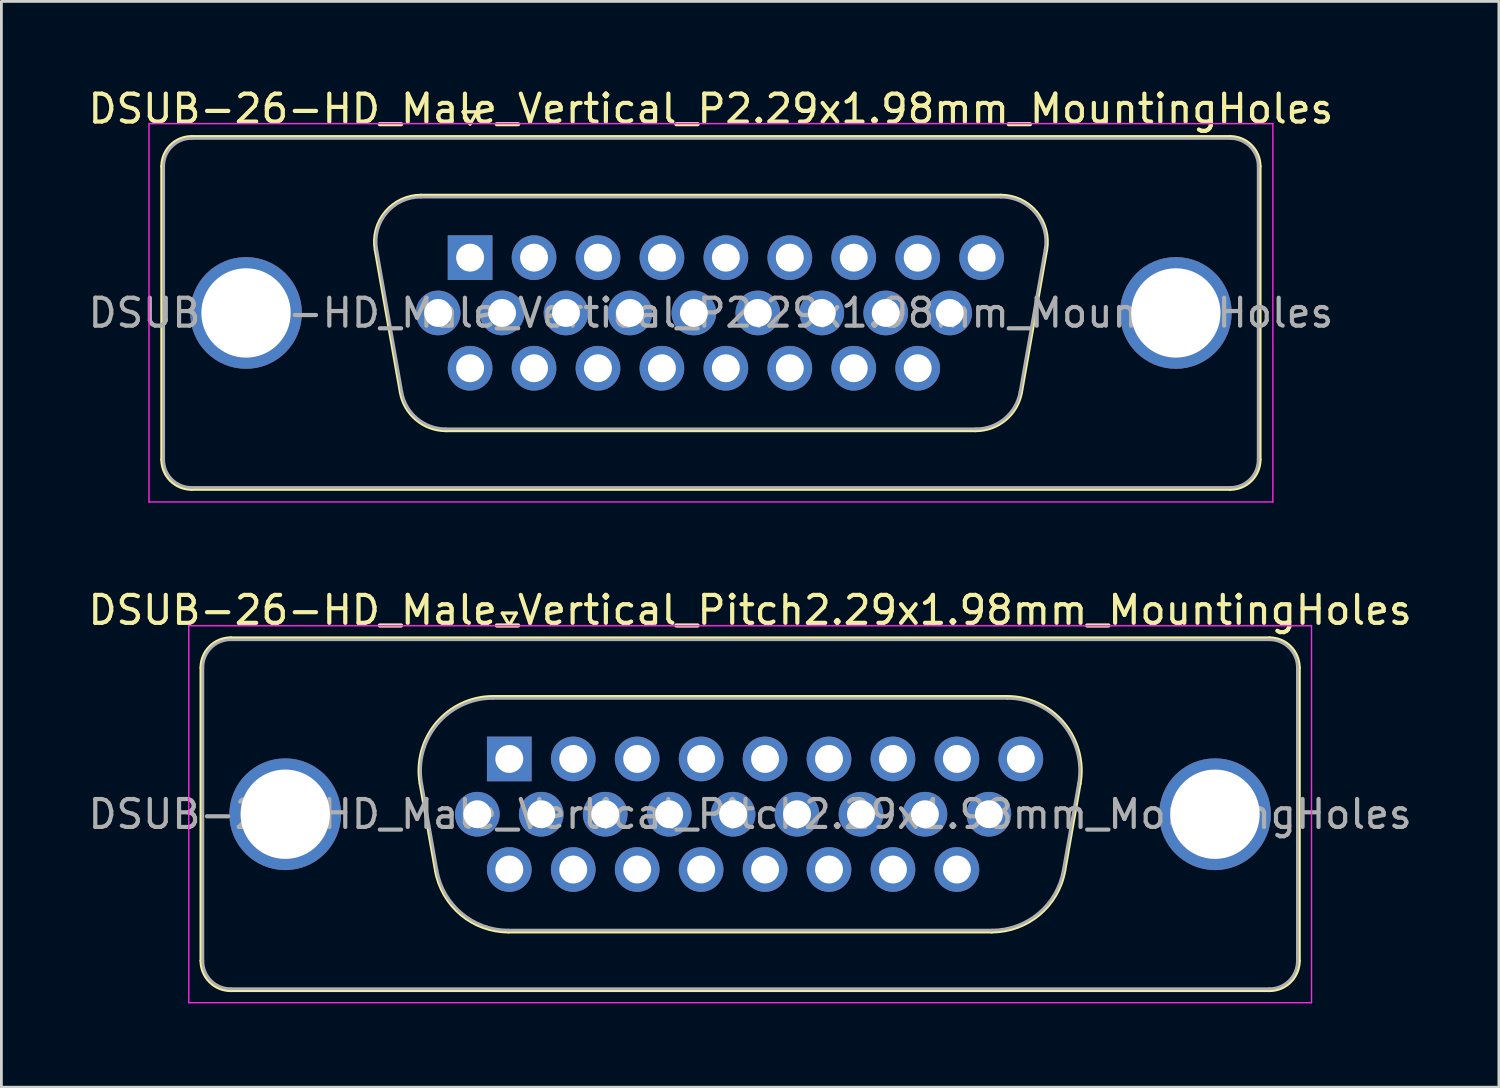
<source format=kicad_pcb>
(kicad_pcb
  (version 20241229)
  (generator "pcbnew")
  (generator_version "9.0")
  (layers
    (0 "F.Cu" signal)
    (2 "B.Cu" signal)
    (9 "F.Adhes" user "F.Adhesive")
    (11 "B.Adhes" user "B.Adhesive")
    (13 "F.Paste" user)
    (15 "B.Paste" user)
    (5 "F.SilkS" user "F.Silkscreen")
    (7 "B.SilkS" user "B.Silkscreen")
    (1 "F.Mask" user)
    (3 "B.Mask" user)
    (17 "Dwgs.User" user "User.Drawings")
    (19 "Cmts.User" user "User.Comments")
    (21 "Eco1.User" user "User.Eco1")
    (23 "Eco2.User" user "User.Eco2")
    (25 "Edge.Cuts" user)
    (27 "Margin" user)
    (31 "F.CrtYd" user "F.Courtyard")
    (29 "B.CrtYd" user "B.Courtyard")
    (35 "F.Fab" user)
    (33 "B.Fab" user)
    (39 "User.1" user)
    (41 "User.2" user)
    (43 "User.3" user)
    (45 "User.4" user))
  (footprint "DSUB-26-HD_Male_Vertical_P2.29x1.98mm_MountingHoles"
    (layer "F.Cu")
    (at 13.786 6.178)
    (property "Reference" "DSUB-26-HD_Male_Vertical_P2.29x1.98mm_MountingHoles" (at 8.625 -5.33 0) (layer "F.SilkS") (effects (font (size 1 1) (thickness 0.15))))
    (attr through_hole)
    (fp_line (start -11.035 7.23) (end -11.035 -3.27) (stroke (width 0.12) (type solid)) (layer "F.SilkS"))
    (fp_line (start -9.975 -4.33) (end 27.225 -4.33) (stroke (width 0.12) (type solid)) (layer "F.SilkS"))
    (fp_line (start -3.391 -0.282) (end -2.492 4.818) (stroke (width 0.12) (type solid)) (layer "F.SilkS"))
    (fp_line (start -1.757 -2.23) (end 19.007 -2.23) (stroke (width 0.12) (type solid)) (layer "F.SilkS"))
    (fp_line (start -0.857 6.19) (end 18.107 6.19) (stroke (width 0.12) (type solid)) (layer "F.SilkS"))
    (fp_line (start -0.25 -5.224) (end 0.25 -5.224) (stroke (width 0.12) (type solid)) (layer "F.SilkS"))
    (fp_line (start 0 -4.791) (end -0.25 -5.224) (stroke (width 0.12) (type solid)) (layer "F.SilkS"))
    (fp_line (start 0.25 -5.224) (end 0 -4.791) (stroke (width 0.12) (type solid)) (layer "F.SilkS"))
    (fp_line (start 20.641 -0.282) (end 19.742 4.818) (stroke (width 0.12) (type solid)) (layer "F.SilkS"))
    (fp_line (start 27.225 8.29) (end -9.975 8.29) (stroke (width 0.12) (type solid)) (layer "F.SilkS"))
    (fp_line (start 28.285 -3.27) (end 28.285 7.23) (stroke (width 0.12) (type solid)) (layer "F.SilkS"))
    (fp_arc (start -11.035 -3.27) (mid -10.724533 -4.019533) (end -9.975 -4.33) (stroke (width 0.12) (type solid)) (layer "F.SilkS"))
    (fp_arc (start -9.975 8.29) (mid -10.724533 7.979533) (end -11.035 7.23) (stroke (width 0.12) (type solid)) (layer "F.SilkS"))
    (fp_arc (start -3.39147 -0.281744) (mid -3.028323 -1.637028) (end -1.756689 -2.23) (stroke (width 0.12) (type solid)) (layer "F.SilkS"))
    (fp_arc (start -0.857421 6.19) (mid -1.924448 5.801634) (end -2.492202 4.818256) (stroke (width 0.12) (type solid)) (layer "F.SilkS"))
    (fp_arc (start 19.006689 -2.23) (mid 20.278323 -1.637027) (end 20.64147 -0.281744) (stroke (width 0.12) (type solid)) (layer "F.SilkS"))
    (fp_arc (start 19.742202 4.818256) (mid 19.174449 5.801634) (end 18.107421 6.19) (stroke (width 0.12) (type solid)) (layer "F.SilkS"))
    (fp_arc (start 27.225 -4.33) (mid 27.974533 -4.019533) (end 28.285 -3.27) (stroke (width 0.12) (type solid)) (layer "F.SilkS"))
    (fp_arc (start 28.285 7.23) (mid 27.974533 7.979533) (end 27.225 8.29) (stroke (width 0.12) (type solid)) (layer "F.SilkS"))
    (fp_line (start -11.5 -4.8) (end -11.5 8.75) (stroke (width 0.05) (type solid)) (layer "F.CrtYd"))
    (fp_line (start -11.5 8.75) (end 28.75 8.75) (stroke (width 0.05) (type solid)) (layer "F.CrtYd"))
    (fp_line (start 28.75 -4.8) (end -11.5 -4.8) (stroke (width 0.05) (type solid)) (layer "F.CrtYd"))
    (fp_line (start 28.75 8.75) (end 28.75 -4.8) (stroke (width 0.05) (type solid)) (layer "F.CrtYd"))
    (fp_line (start -10.975 7.23) (end -10.975 -3.27) (stroke (width 0.1) (type solid)) (layer "F.Fab"))
    (fp_line (start -9.975 -4.27) (end 27.225 -4.27) (stroke (width 0.1) (type solid)) (layer "F.Fab"))
    (fp_line (start -3.344 -0.292) (end -2.445 4.808) (stroke (width 0.1) (type solid)) (layer "F.Fab"))
    (fp_line (start -1.768 -2.17) (end 19.018 -2.17) (stroke (width 0.1) (type solid)) (layer "F.Fab"))
    (fp_line (start -0.869 6.13) (end 18.119 6.13) (stroke (width 0.1) (type solid)) (layer "F.Fab"))
    (fp_line (start 20.594 -0.292) (end 19.695 4.808) (stroke (width 0.1) (type solid)) (layer "F.Fab"))
    (fp_line (start 27.225 8.23) (end -9.975 8.23) (stroke (width 0.1) (type solid)) (layer "F.Fab"))
    (fp_line (start 28.225 -3.27) (end 28.225 7.23) (stroke (width 0.1) (type solid)) (layer "F.Fab"))
    (fp_arc (start -10.975 -3.27) (mid -10.682107 -3.977107) (end -9.975 -4.27) (stroke (width 0.1) (type solid)) (layer "F.Fab"))
    (fp_arc (start -9.975 8.23) (mid -10.682107 7.937107) (end -10.975 7.23) (stroke (width 0.1) (type solid)) (layer "F.Fab"))
    (fp_arc (start -3.343886 -0.292163) (mid -2.993865 -1.59846) (end -1.768194 -2.17) (stroke (width 0.1) (type solid)) (layer "F.Fab"))
    (fp_arc (start -0.868927 6.13) (mid -1.897387 5.755671) (end -2.444619 4.807837) (stroke (width 0.1) (type solid)) (layer "F.Fab"))
    (fp_arc (start 19.018194 -2.17) (mid 20.243865 -1.59846) (end 20.593886 -0.292163) (stroke (width 0.1) (type solid)) (layer "F.Fab"))
    (fp_arc (start 19.694619 4.807837) (mid 19.147387 5.755671) (end 18.118927 6.13) (stroke (width 0.1) (type solid)) (layer "F.Fab"))
    (fp_arc (start 27.225 -4.27) (mid 27.932107 -3.977107) (end 28.225 -3.27) (stroke (width 0.1) (type solid)) (layer "F.Fab"))
    (fp_arc (start 28.225 7.23) (mid 27.932107 7.937107) (end 27.225 8.23) (stroke (width 0.1) (type solid)) (layer "F.Fab"))
    (fp_text user "${REFERENCE}" (at 8.625 1.98 0) (layer "F.Fab") (effects (font (size 1 1) (thickness 0.15))))
    (pad "0" thru_hole circle (at -8.025 1.98) (size 4 4) (drill 3.2) (layers "*.Cu" "*.Mask"))
    (pad "0" thru_hole circle (at 25.275 1.98) (size 4 4) (drill 3.2) (layers "*.Cu" "*.Mask"))
    (pad "1" thru_hole rect (at 0 0) (size 1.6 1.6) (drill 1) (layers "*.Cu" "*.Mask"))
    (pad "2" thru_hole circle (at 2.29 0) (size 1.6 1.6) (drill 1) (layers "*.Cu" "*.Mask"))
    (pad "3" thru_hole circle (at 4.58 0) (size 1.6 1.6) (drill 1) (layers "*.Cu" "*.Mask"))
    (pad "4" thru_hole circle (at 6.87 0) (size 1.6 1.6) (drill 1) (layers "*.Cu" "*.Mask"))
    (pad "5" thru_hole circle (at 9.16 0) (size 1.6 1.6) (drill 1) (layers "*.Cu" "*.Mask"))
    (pad "6" thru_hole circle (at 11.45 0) (size 1.6 1.6) (drill 1) (layers "*.Cu" "*.Mask"))
    (pad "7" thru_hole circle (at 13.74 0) (size 1.6 1.6) (drill 1) (layers "*.Cu" "*.Mask"))
    (pad "8" thru_hole circle (at 16.03 0) (size 1.6 1.6) (drill 1) (layers "*.Cu" "*.Mask"))
    (pad "9" thru_hole circle (at 18.32 0) (size 1.6 1.6) (drill 1) (layers "*.Cu" "*.Mask"))
    (pad "10" thru_hole circle (at -1.145 1.98) (size 1.6 1.6) (drill 1) (layers "*.Cu" "*.Mask"))
    (pad "11" thru_hole circle (at 1.145 1.98) (size 1.6 1.6) (drill 1) (layers "*.Cu" "*.Mask"))
    (pad "12" thru_hole circle (at 3.435 1.98) (size 1.6 1.6) (drill 1) (layers "*.Cu" "*.Mask"))
    (pad "13" thru_hole circle (at 5.725 1.98) (size 1.6 1.6) (drill 1) (layers "*.Cu" "*.Mask"))
    (pad "14" thru_hole circle (at 8.015 1.98) (size 1.6 1.6) (drill 1) (layers "*.Cu" "*.Mask"))
    (pad "15" thru_hole circle (at 10.305 1.98) (size 1.6 1.6) (drill 1) (layers "*.Cu" "*.Mask"))
    (pad "16" thru_hole circle (at 12.595 1.98) (size 1.6 1.6) (drill 1) (layers "*.Cu" "*.Mask"))
    (pad "17" thru_hole circle (at 14.885 1.98) (size 1.6 1.6) (drill 1) (layers "*.Cu" "*.Mask"))
    (pad "18" thru_hole circle (at 17.175 1.98) (size 1.6 1.6) (drill 1) (layers "*.Cu" "*.Mask"))
    (pad "19" thru_hole circle (at 0 3.96) (size 1.6 1.6) (drill 1) (layers "*.Cu" "*.Mask"))
    (pad "20" thru_hole circle (at 2.29 3.96) (size 1.6 1.6) (drill 1) (layers "*.Cu" "*.Mask"))
    (pad "21" thru_hole circle (at 4.58 3.96) (size 1.6 1.6) (drill 1) (layers "*.Cu" "*.Mask"))
    (pad "22" thru_hole circle (at 6.87 3.96) (size 1.6 1.6) (drill 1) (layers "*.Cu" "*.Mask"))
    (pad "23" thru_hole circle (at 9.16 3.96) (size 1.6 1.6) (drill 1) (layers "*.Cu" "*.Mask"))
    (pad "24" thru_hole circle (at 11.45 3.96) (size 1.6 1.6) (drill 1) (layers "*.Cu" "*.Mask"))
    (pad "25" thru_hole circle (at 13.74 3.96) (size 1.6 1.6) (drill 1) (layers "*.Cu" "*.Mask"))
    (pad "26" thru_hole circle (at 16.03 3.96) (size 1.6 1.6) (drill 1) (layers "*.Cu" "*.Mask")))
  (footprint "DSUB-26-HD_Male_Vertical_Pitch2.29x1.98mm_MountingHoles"
    (layer "F.Cu")
    (at 15.19 24.131)
    (property "Reference" "DSUB-26-HD_Male_Vertical_Pitch2.29x1.98mm_MountingHoles" (at 8.625 -5.33 0) (layer "F.SilkS") (effects (font (size 1 1) (thickness 0.15))))
    (attr through_hole)
    (fp_line (start -11.035 7.23) (end -11.035 -3.27) (stroke (width 0.12) (type solid)) (layer "F.SilkS"))
    (fp_line (start -9.975 -4.33) (end 27.225 -4.33) (stroke (width 0.12) (type solid)) (layer "F.SilkS"))
    (fp_line (start -3.187 0.88) (end -2.636 4) (stroke (width 0.12) (type solid)) (layer "F.SilkS"))
    (fp_line (start -0.577 -2.23) (end 17.827 -2.23) (stroke (width 0.12) (type solid)) (layer "F.SilkS"))
    (fp_line (start -0.25 -5.224) (end 0.25 -5.224) (stroke (width 0.12) (type solid)) (layer "F.SilkS"))
    (fp_line (start -0.027 6.19) (end 17.277 6.19) (stroke (width 0.12) (type solid)) (layer "F.SilkS"))
    (fp_line (start 0 -4.791) (end -0.25 -5.224) (stroke (width 0.12) (type solid)) (layer "F.SilkS"))
    (fp_line (start 0.25 -5.224) (end 0 -4.791) (stroke (width 0.12) (type solid)) (layer "F.SilkS"))
    (fp_line (start 20.437 0.88) (end 19.886 4) (stroke (width 0.12) (type solid)) (layer "F.SilkS"))
    (fp_line (start 27.225 8.29) (end -9.975 8.29) (stroke (width 0.12) (type solid)) (layer "F.SilkS"))
    (fp_line (start 28.285 -3.27) (end 28.285 7.23) (stroke (width 0.12) (type solid)) (layer "F.SilkS"))
    (fp_arc (start -11.035 -3.27) (mid -10.724533 -4.019533) (end -9.975 -4.33) (stroke (width 0.12) (type solid)) (layer "F.SilkS"))
    (fp_arc (start -9.975 8.29) (mid -10.724533 7.979533) (end -11.035 7.23) (stroke (width 0.12) (type solid)) (layer "F.SilkS"))
    (fp_arc (start -3.186594 0.880168) (mid -2.606871 -1.283387) (end -0.576853 -2.23) (stroke (width 0.12) (type solid)) (layer "F.SilkS"))
    (fp_arc (start -0.026713 6.19) (mid -1.7301 5.570018) (end -2.636454 4.000168) (stroke (width 0.12) (type solid)) (layer "F.SilkS"))
    (fp_arc (start 17.826853 -2.23) (mid 19.856871 -1.283387) (end 20.436594 0.880168) (stroke (width 0.12) (type solid)) (layer "F.SilkS"))
    (fp_arc (start 19.886454 4.000168) (mid 18.9801 5.570018) (end 17.276713 6.19) (stroke (width 0.12) (type solid)) (layer "F.SilkS"))
    (fp_arc (start 27.225 -4.33) (mid 27.974533 -4.019533) (end 28.285 -3.27) (stroke (width 0.12) (type solid)) (layer "F.SilkS"))
    (fp_arc (start 28.285 7.23) (mid 27.974533 7.979533) (end 27.225 8.29) (stroke (width 0.12) (type solid)) (layer "F.SilkS"))
    (fp_line (start -11.48 -4.77) (end -11.48 8.73) (stroke (width 0.05) (type solid)) (layer "F.CrtYd"))
    (fp_line (start -11.48 8.73) (end 28.73 8.73) (stroke (width 0.05) (type solid)) (layer "F.CrtYd"))
    (fp_line (start 28.73 -4.77) (end -11.48 -4.77) (stroke (width 0.05) (type solid)) (layer "F.CrtYd"))
    (fp_line (start 28.73 8.73) (end 28.73 -4.77) (stroke (width 0.05) (type solid)) (layer "F.CrtYd"))
    (fp_line (start -10.975 7.23) (end -10.975 -3.27) (stroke (width 0.1) (type solid)) (layer "F.Fab"))
    (fp_line (start -9.975 -4.27) (end 27.225 -4.27) (stroke (width 0.1) (type solid)) (layer "F.Fab"))
    (fp_line (start -3.139 0.87) (end -2.589 3.99) (stroke (width 0.1) (type solid)) (layer "F.Fab"))
    (fp_line (start -0.588 -2.17) (end 17.838 -2.17) (stroke (width 0.1) (type solid)) (layer "F.Fab"))
    (fp_line (start -0.038 6.13) (end 17.288 6.13) (stroke (width 0.1) (type solid)) (layer "F.Fab"))
    (fp_line (start 20.389 0.87) (end 19.839 3.99) (stroke (width 0.1) (type solid)) (layer "F.Fab"))
    (fp_line (start 27.225 8.23) (end -9.975 8.23) (stroke (width 0.1) (type solid)) (layer "F.Fab"))
    (fp_line (start 28.225 -3.27) (end 28.225 7.23) (stroke (width 0.1) (type solid)) (layer "F.Fab"))
    (fp_arc (start -10.975 -3.27) (mid -10.682107 -3.977107) (end -9.975 -4.27) (stroke (width 0.1) (type solid)) (layer "F.Fab"))
    (fp_arc (start -9.975 8.23) (mid -10.682107 7.937107) (end -10.975 7.23) (stroke (width 0.1) (type solid)) (layer "F.Fab"))
    (fp_arc (start -3.13901 0.869749) (mid -2.572413 -1.24482) (end -0.588358 -2.17) (stroke (width 0.1) (type solid)) (layer "F.Fab"))
    (fp_arc (start -0.038218 6.13) (mid -1.703038 5.524055) (end -2.58887 3.989749) (stroke (width 0.1) (type solid)) (layer "F.Fab"))
    (fp_arc (start 17.838358 -2.17) (mid 19.822413 -1.24482) (end 20.38901 0.869749) (stroke (width 0.1) (type solid)) (layer "F.Fab"))
    (fp_arc (start 19.83887 3.989749) (mid 18.953038 5.524055) (end 17.288218 6.13) (stroke (width 0.1) (type solid)) (layer "F.Fab"))
    (fp_arc (start 27.225 -4.27) (mid 27.932107 -3.977107) (end 28.225 -3.27) (stroke (width 0.1) (type solid)) (layer "F.Fab"))
    (fp_arc (start 28.225 7.23) (mid 27.932107 7.937107) (end 27.225 8.23) (stroke (width 0.1) (type solid)) (layer "F.Fab"))
    (fp_text user "${REFERENCE}" (at 8.625 1.98 0) (layer "F.Fab") (effects (font (size 1 1) (thickness 0.15))))
    (pad "0" thru_hole circle (at -8.025 1.98) (size 4 4) (drill 3.2) (layers "*.Cu" "*.Mask"))
    (pad "0" thru_hole circle (at 25.275 1.98) (size 4 4) (drill 3.2) (layers "*.Cu" "*.Mask"))
    (pad "1" thru_hole rect (at 0 0) (size 1.6 1.6) (drill 1) (layers "*.Cu" "*.Mask"))
    (pad "2" thru_hole circle (at 2.29 0) (size 1.6 1.6) (drill 1) (layers "*.Cu" "*.Mask"))
    (pad "3" thru_hole circle (at 4.58 0) (size 1.6 1.6) (drill 1) (layers "*.Cu" "*.Mask"))
    (pad "4" thru_hole circle (at 6.87 0) (size 1.6 1.6) (drill 1) (layers "*.Cu" "*.Mask"))
    (pad "5" thru_hole circle (at 9.16 0) (size 1.6 1.6) (drill 1) (layers "*.Cu" "*.Mask"))
    (pad "6" thru_hole circle (at 11.45 0) (size 1.6 1.6) (drill 1) (layers "*.Cu" "*.Mask"))
    (pad "7" thru_hole circle (at 13.74 0) (size 1.6 1.6) (drill 1) (layers "*.Cu" "*.Mask"))
    (pad "8" thru_hole circle (at 16.03 0) (size 1.6 1.6) (drill 1) (layers "*.Cu" "*.Mask"))
    (pad "9" thru_hole circle (at 18.32 0) (size 1.6 1.6) (drill 1) (layers "*.Cu" "*.Mask"))
    (pad "10" thru_hole circle (at -1.145 1.98) (size 1.6 1.6) (drill 1) (layers "*.Cu" "*.Mask"))
    (pad "11" thru_hole circle (at 1.145 1.98) (size 1.6 1.6) (drill 1) (layers "*.Cu" "*.Mask"))
    (pad "12" thru_hole circle (at 3.435 1.98) (size 1.6 1.6) (drill 1) (layers "*.Cu" "*.Mask"))
    (pad "13" thru_hole circle (at 5.725 1.98) (size 1.6 1.6) (drill 1) (layers "*.Cu" "*.Mask"))
    (pad "14" thru_hole circle (at 8.015 1.98) (size 1.6 1.6) (drill 1) (layers "*.Cu" "*.Mask"))
    (pad "15" thru_hole circle (at 10.305 1.98) (size 1.6 1.6) (drill 1) (layers "*.Cu" "*.Mask"))
    (pad "16" thru_hole circle (at 12.595 1.98) (size 1.6 1.6) (drill 1) (layers "*.Cu" "*.Mask"))
    (pad "17" thru_hole circle (at 14.885 1.98) (size 1.6 1.6) (drill 1) (layers "*.Cu" "*.Mask"))
    (pad "18" thru_hole circle (at 17.175 1.98) (size 1.6 1.6) (drill 1) (layers "*.Cu" "*.Mask"))
    (pad "19" thru_hole circle (at 0 3.96) (size 1.6 1.6) (drill 1) (layers "*.Cu" "*.Mask"))
    (pad "20" thru_hole circle (at 2.29 3.96) (size 1.6 1.6) (drill 1) (layers "*.Cu" "*.Mask"))
    (pad "21" thru_hole circle (at 4.58 3.96) (size 1.6 1.6) (drill 1) (layers "*.Cu" "*.Mask"))
    (pad "22" thru_hole circle (at 6.87 3.96) (size 1.6 1.6) (drill 1) (layers "*.Cu" "*.Mask"))
    (pad "23" thru_hole circle (at 9.16 3.96) (size 1.6 1.6) (drill 1) (layers "*.Cu" "*.Mask"))
    (pad "24" thru_hole circle (at 11.45 3.96) (size 1.6 1.6) (drill 1) (layers "*.Cu" "*.Mask"))
    (pad "25" thru_hole circle (at 13.74 3.96) (size 1.6 1.6) (drill 1) (layers "*.Cu" "*.Mask"))
    (pad "26" thru_hole circle (at 16.03 3.96) (size 1.6 1.6) (drill 1) (layers "*.Cu" "*.Mask")))
  (gr_rect
    (start -3 -3)
    (end 50.631 35.886)
    (stroke (width 0.1) (type default))
    (fill no)
    (layer "Edge.Cuts")))
</source>
